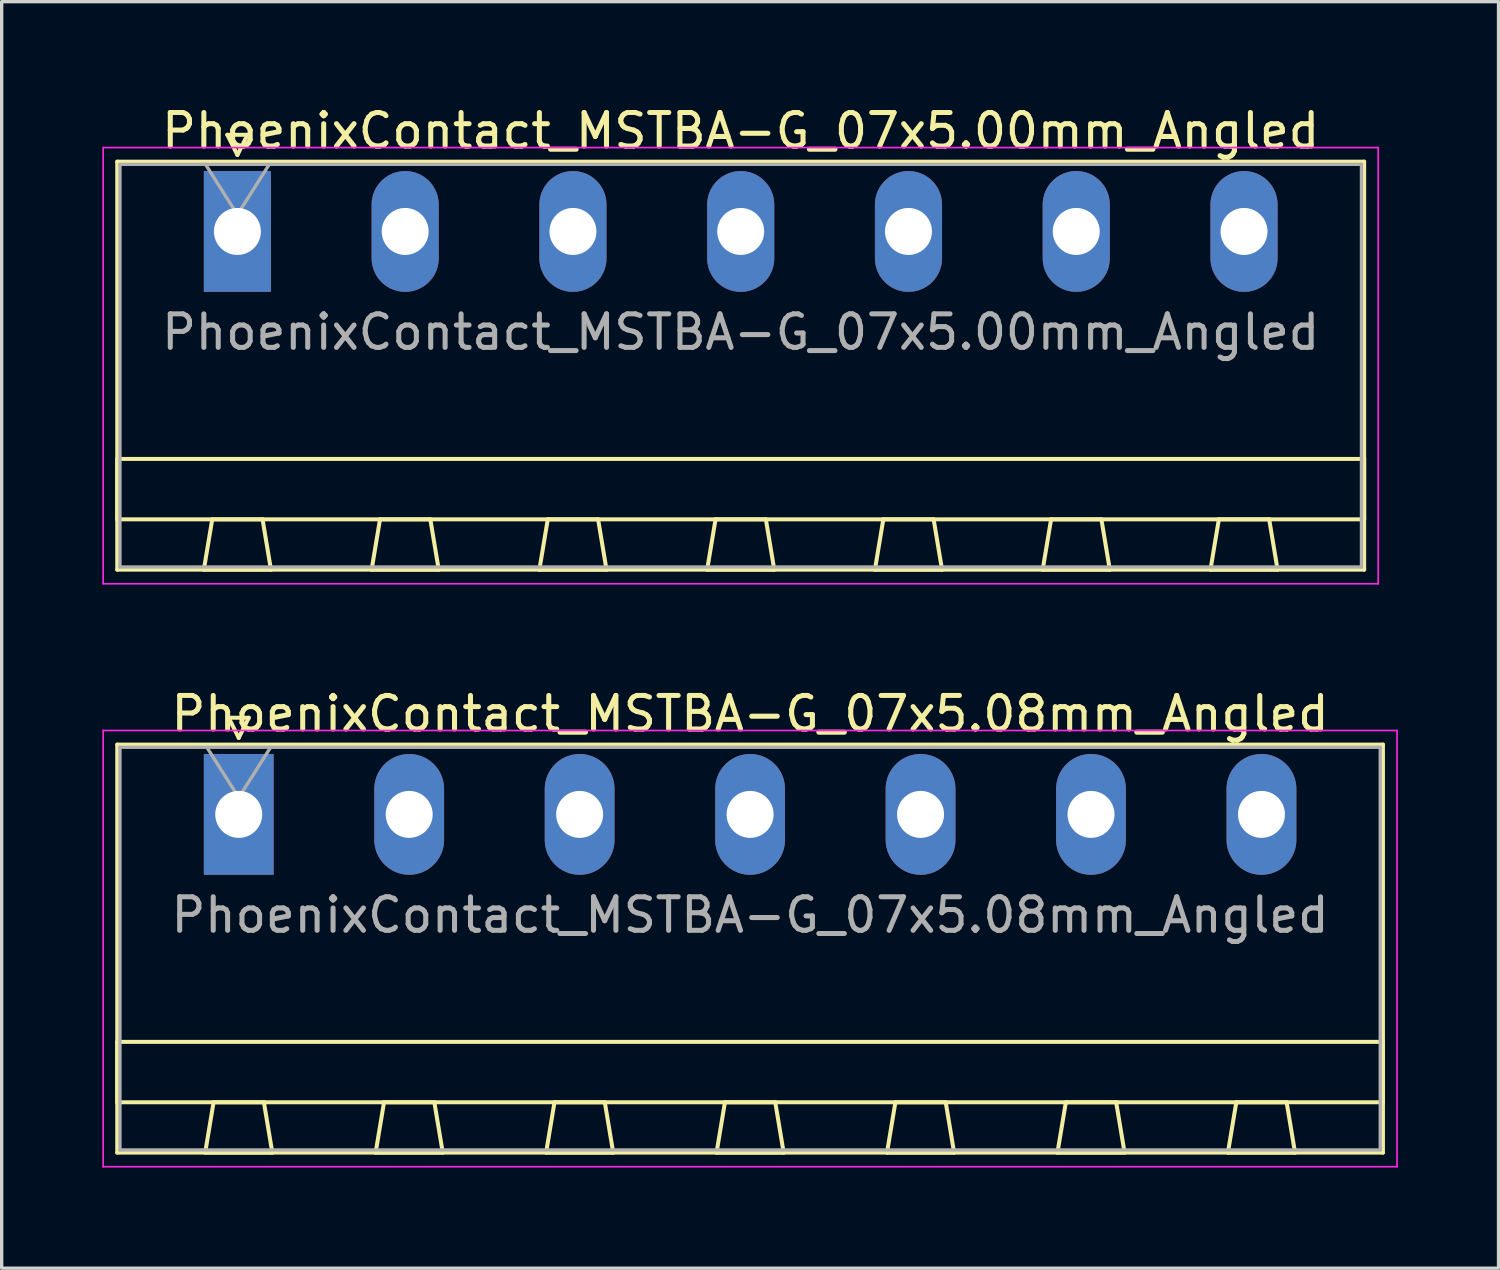
<source format=kicad_pcb>
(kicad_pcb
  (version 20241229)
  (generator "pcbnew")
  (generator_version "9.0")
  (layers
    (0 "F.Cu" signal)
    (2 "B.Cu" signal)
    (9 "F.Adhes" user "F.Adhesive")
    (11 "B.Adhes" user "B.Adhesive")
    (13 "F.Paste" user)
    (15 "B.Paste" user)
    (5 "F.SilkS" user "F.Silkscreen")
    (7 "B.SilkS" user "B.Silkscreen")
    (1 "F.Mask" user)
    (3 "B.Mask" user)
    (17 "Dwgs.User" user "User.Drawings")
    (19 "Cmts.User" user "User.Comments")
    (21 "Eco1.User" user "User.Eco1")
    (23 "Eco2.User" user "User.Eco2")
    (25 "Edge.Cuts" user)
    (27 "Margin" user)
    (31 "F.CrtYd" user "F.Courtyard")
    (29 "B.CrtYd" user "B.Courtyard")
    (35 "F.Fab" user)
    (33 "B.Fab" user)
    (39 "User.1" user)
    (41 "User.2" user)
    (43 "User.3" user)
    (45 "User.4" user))
  (footprint "PhoenixContact_MSTBA-G_07x5.08mm_Angled"
    (layer "F.Cu")
    (at 4.065 21.221)
    (property "Reference" "PhoenixContact_MSTBA-G_07x5.08mm_Angled" (at 15.24 -3 0) (layer "F.SilkS") (effects (font (size 1 1) (thickness 0.15))))
    (attr through_hole)
    (fp_line (start -3.62 -2.08) (end -3.62 10.08) (stroke (width 0.12) (type solid)) (layer "F.SilkS"))
    (fp_line (start -3.62 6.78) (end 34.1 6.78) (stroke (width 0.12) (type solid)) (layer "F.SilkS"))
    (fp_line (start -3.62 8.58) (end -3.62 6.78) (stroke (width 0.12) (type solid)) (layer "F.SilkS"))
    (fp_line (start -3.62 10.08) (end 34.1 10.08) (stroke (width 0.12) (type solid)) (layer "F.SilkS"))
    (fp_line (start -1 10.08) (end 1 10.08) (stroke (width 0.12) (type solid)) (layer "F.SilkS"))
    (fp_line (start -0.75 8.58) (end -1 10.08) (stroke (width 0.12) (type solid)) (layer "F.SilkS"))
    (fp_line (start -0.3 -2.88) (end 0.3 -2.88) (stroke (width 0.12) (type solid)) (layer "F.SilkS"))
    (fp_line (start 0 -2.28) (end -0.3 -2.88) (stroke (width 0.12) (type solid)) (layer "F.SilkS"))
    (fp_line (start 0.3 -2.88) (end 0 -2.28) (stroke (width 0.12) (type solid)) (layer "F.SilkS"))
    (fp_line (start 0.75 8.58) (end -0.75 8.58) (stroke (width 0.12) (type solid)) (layer "F.SilkS"))
    (fp_line (start 1 10.08) (end 0.75 8.58) (stroke (width 0.12) (type solid)) (layer "F.SilkS"))
    (fp_line (start 4.08 10.08) (end 6.08 10.08) (stroke (width 0.12) (type solid)) (layer "F.SilkS"))
    (fp_line (start 4.33 8.58) (end 4.08 10.08) (stroke (width 0.12) (type solid)) (layer "F.SilkS"))
    (fp_line (start 5.83 8.58) (end 4.33 8.58) (stroke (width 0.12) (type solid)) (layer "F.SilkS"))
    (fp_line (start 6.08 10.08) (end 5.83 8.58) (stroke (width 0.12) (type solid)) (layer "F.SilkS"))
    (fp_line (start 9.16 10.08) (end 11.16 10.08) (stroke (width 0.12) (type solid)) (layer "F.SilkS"))
    (fp_line (start 9.41 8.58) (end 9.16 10.08) (stroke (width 0.12) (type solid)) (layer "F.SilkS"))
    (fp_line (start 10.91 8.58) (end 9.41 8.58) (stroke (width 0.12) (type solid)) (layer "F.SilkS"))
    (fp_line (start 11.16 10.08) (end 10.91 8.58) (stroke (width 0.12) (type solid)) (layer "F.SilkS"))
    (fp_line (start 14.24 10.08) (end 16.24 10.08) (stroke (width 0.12) (type solid)) (layer "F.SilkS"))
    (fp_line (start 14.49 8.58) (end 14.24 10.08) (stroke (width 0.12) (type solid)) (layer "F.SilkS"))
    (fp_line (start 15.99 8.58) (end 14.49 8.58) (stroke (width 0.12) (type solid)) (layer "F.SilkS"))
    (fp_line (start 16.24 10.08) (end 15.99 8.58) (stroke (width 0.12) (type solid)) (layer "F.SilkS"))
    (fp_line (start 19.32 10.08) (end 21.32 10.08) (stroke (width 0.12) (type solid)) (layer "F.SilkS"))
    (fp_line (start 19.57 8.58) (end 19.32 10.08) (stroke (width 0.12) (type solid)) (layer "F.SilkS"))
    (fp_line (start 21.07 8.58) (end 19.57 8.58) (stroke (width 0.12) (type solid)) (layer "F.SilkS"))
    (fp_line (start 21.32 10.08) (end 21.07 8.58) (stroke (width 0.12) (type solid)) (layer "F.SilkS"))
    (fp_line (start 24.4 10.08) (end 26.4 10.08) (stroke (width 0.12) (type solid)) (layer "F.SilkS"))
    (fp_line (start 24.65 8.58) (end 24.4 10.08) (stroke (width 0.12) (type solid)) (layer "F.SilkS"))
    (fp_line (start 26.15 8.58) (end 24.65 8.58) (stroke (width 0.12) (type solid)) (layer "F.SilkS"))
    (fp_line (start 26.4 10.08) (end 26.15 8.58) (stroke (width 0.12) (type solid)) (layer "F.SilkS"))
    (fp_line (start 29.48 10.08) (end 31.48 10.08) (stroke (width 0.12) (type solid)) (layer "F.SilkS"))
    (fp_line (start 29.73 8.58) (end 29.48 10.08) (stroke (width 0.12) (type solid)) (layer "F.SilkS"))
    (fp_line (start 31.23 8.58) (end 29.73 8.58) (stroke (width 0.12) (type solid)) (layer "F.SilkS"))
    (fp_line (start 31.48 10.08) (end 31.23 8.58) (stroke (width 0.12) (type solid)) (layer "F.SilkS"))
    (fp_line (start 34.1 -2.08) (end -3.62 -2.08) (stroke (width 0.12) (type solid)) (layer "F.SilkS"))
    (fp_line (start 34.1 6.78) (end 34.1 8.58) (stroke (width 0.12) (type solid)) (layer "F.SilkS"))
    (fp_line (start 34.1 8.58) (end -3.62 8.58) (stroke (width 0.12) (type solid)) (layer "F.SilkS"))
    (fp_line (start 34.1 10.08) (end 34.1 -2.08) (stroke (width 0.12) (type solid)) (layer "F.SilkS"))
    (fp_line (start -4.04 -2.5) (end -4.04 10.5) (stroke (width 0.05) (type solid)) (layer "F.CrtYd"))
    (fp_line (start -4.04 10.5) (end 34.52 10.5) (stroke (width 0.05) (type solid)) (layer "F.CrtYd"))
    (fp_line (start 34.52 -2.5) (end -4.04 -2.5) (stroke (width 0.05) (type solid)) (layer "F.CrtYd"))
    (fp_line (start 34.52 10.5) (end 34.52 -2.5) (stroke (width 0.05) (type solid)) (layer "F.CrtYd"))
    (fp_line (start -3.54 -2) (end -3.54 10) (stroke (width 0.1) (type solid)) (layer "F.Fab"))
    (fp_line (start -3.54 10) (end 34.02 10) (stroke (width 0.1) (type solid)) (layer "F.Fab"))
    (fp_line (start 0 -0.5) (end -0.95 -2) (stroke (width 0.1) (type solid)) (layer "F.Fab"))
    (fp_line (start 0.95 -2) (end 0 -0.5) (stroke (width 0.1) (type solid)) (layer "F.Fab"))
    (fp_line (start 34.02 -2) (end -3.54 -2) (stroke (width 0.1) (type solid)) (layer "F.Fab"))
    (fp_line (start 34.02 10) (end 34.02 -2) (stroke (width 0.1) (type solid)) (layer "F.Fab"))
    (fp_text user "${REFERENCE}" (at 15.24 3 0) (layer "F.Fab") (effects (font (size 1 1) (thickness 0.15))))
    (pad "1" thru_hole rect (at 0 0) (size 2.08 3.6) (drill 1.4) (layers "*.Cu" "*.Mask"))
    (pad "2" thru_hole oval (at 5.08 0) (size 2.08 3.6) (drill 1.4) (layers "*.Cu" "*.Mask"))
    (pad "3" thru_hole oval (at 10.16 0) (size 2.08 3.6) (drill 1.4) (layers "*.Cu" "*.Mask"))
    (pad "4" thru_hole oval (at 15.24 0) (size 2.08 3.6) (drill 1.4) (layers "*.Cu" "*.Mask"))
    (pad "5" thru_hole oval (at 20.32 0) (size 2.08 3.6) (drill 1.4) (layers "*.Cu" "*.Mask"))
    (pad "6" thru_hole oval (at 25.4 0) (size 2.08 3.6) (drill 1.4) (layers "*.Cu" "*.Mask"))
    (pad "7" thru_hole oval (at 30.48 0) (size 2.08 3.6) (drill 1.4) (layers "*.Cu" "*.Mask")))
  (footprint "PhoenixContact_MSTBA-G_07x5.00mm_Angled"
    (layer "F.Cu")
    (at 4.025 3.848)
    (property "Reference" "PhoenixContact_MSTBA-G_07x5.00mm_Angled" (at 15 -3 0) (layer "F.SilkS") (effects (font (size 1 1) (thickness 0.15))))
    (attr through_hole)
    (fp_line (start -3.58 -2.08) (end -3.58 10.08) (stroke (width 0.12) (type solid)) (layer "F.SilkS"))
    (fp_line (start -3.58 6.78) (end 33.58 6.78) (stroke (width 0.12) (type solid)) (layer "F.SilkS"))
    (fp_line (start -3.58 8.58) (end -3.58 6.78) (stroke (width 0.12) (type solid)) (layer "F.SilkS"))
    (fp_line (start -3.58 10.08) (end 33.58 10.08) (stroke (width 0.12) (type solid)) (layer "F.SilkS"))
    (fp_line (start -1 10.08) (end 1 10.08) (stroke (width 0.12) (type solid)) (layer "F.SilkS"))
    (fp_line (start -0.75 8.58) (end -1 10.08) (stroke (width 0.12) (type solid)) (layer "F.SilkS"))
    (fp_line (start -0.3 -2.88) (end 0.3 -2.88) (stroke (width 0.12) (type solid)) (layer "F.SilkS"))
    (fp_line (start 0 -2.28) (end -0.3 -2.88) (stroke (width 0.12) (type solid)) (layer "F.SilkS"))
    (fp_line (start 0.3 -2.88) (end 0 -2.28) (stroke (width 0.12) (type solid)) (layer "F.SilkS"))
    (fp_line (start 0.75 8.58) (end -0.75 8.58) (stroke (width 0.12) (type solid)) (layer "F.SilkS"))
    (fp_line (start 1 10.08) (end 0.75 8.58) (stroke (width 0.12) (type solid)) (layer "F.SilkS"))
    (fp_line (start 4 10.08) (end 6 10.08) (stroke (width 0.12) (type solid)) (layer "F.SilkS"))
    (fp_line (start 4.25 8.58) (end 4 10.08) (stroke (width 0.12) (type solid)) (layer "F.SilkS"))
    (fp_line (start 5.75 8.58) (end 4.25 8.58) (stroke (width 0.12) (type solid)) (layer "F.SilkS"))
    (fp_line (start 6 10.08) (end 5.75 8.58) (stroke (width 0.12) (type solid)) (layer "F.SilkS"))
    (fp_line (start 9 10.08) (end 11 10.08) (stroke (width 0.12) (type solid)) (layer "F.SilkS"))
    (fp_line (start 9.25 8.58) (end 9 10.08) (stroke (width 0.12) (type solid)) (layer "F.SilkS"))
    (fp_line (start 10.75 8.58) (end 9.25 8.58) (stroke (width 0.12) (type solid)) (layer "F.SilkS"))
    (fp_line (start 11 10.08) (end 10.75 8.58) (stroke (width 0.12) (type solid)) (layer "F.SilkS"))
    (fp_line (start 14 10.08) (end 16 10.08) (stroke (width 0.12) (type solid)) (layer "F.SilkS"))
    (fp_line (start 14.25 8.58) (end 14 10.08) (stroke (width 0.12) (type solid)) (layer "F.SilkS"))
    (fp_line (start 15.75 8.58) (end 14.25 8.58) (stroke (width 0.12) (type solid)) (layer "F.SilkS"))
    (fp_line (start 16 10.08) (end 15.75 8.58) (stroke (width 0.12) (type solid)) (layer "F.SilkS"))
    (fp_line (start 19 10.08) (end 21 10.08) (stroke (width 0.12) (type solid)) (layer "F.SilkS"))
    (fp_line (start 19.25 8.58) (end 19 10.08) (stroke (width 0.12) (type solid)) (layer "F.SilkS"))
    (fp_line (start 20.75 8.58) (end 19.25 8.58) (stroke (width 0.12) (type solid)) (layer "F.SilkS"))
    (fp_line (start 21 10.08) (end 20.75 8.58) (stroke (width 0.12) (type solid)) (layer "F.SilkS"))
    (fp_line (start 24 10.08) (end 26 10.08) (stroke (width 0.12) (type solid)) (layer "F.SilkS"))
    (fp_line (start 24.25 8.58) (end 24 10.08) (stroke (width 0.12) (type solid)) (layer "F.SilkS"))
    (fp_line (start 25.75 8.58) (end 24.25 8.58) (stroke (width 0.12) (type solid)) (layer "F.SilkS"))
    (fp_line (start 26 10.08) (end 25.75 8.58) (stroke (width 0.12) (type solid)) (layer "F.SilkS"))
    (fp_line (start 29 10.08) (end 31 10.08) (stroke (width 0.12) (type solid)) (layer "F.SilkS"))
    (fp_line (start 29.25 8.58) (end 29 10.08) (stroke (width 0.12) (type solid)) (layer "F.SilkS"))
    (fp_line (start 30.75 8.58) (end 29.25 8.58) (stroke (width 0.12) (type solid)) (layer "F.SilkS"))
    (fp_line (start 31 10.08) (end 30.75 8.58) (stroke (width 0.12) (type solid)) (layer "F.SilkS"))
    (fp_line (start 33.58 -2.08) (end -3.58 -2.08) (stroke (width 0.12) (type solid)) (layer "F.SilkS"))
    (fp_line (start 33.58 6.78) (end 33.58 8.58) (stroke (width 0.12) (type solid)) (layer "F.SilkS"))
    (fp_line (start 33.58 8.58) (end -3.58 8.58) (stroke (width 0.12) (type solid)) (layer "F.SilkS"))
    (fp_line (start 33.58 10.08) (end 33.58 -2.08) (stroke (width 0.12) (type solid)) (layer "F.SilkS"))
    (fp_line (start -4 -2.5) (end -4 10.5) (stroke (width 0.05) (type solid)) (layer "F.CrtYd"))
    (fp_line (start -4 10.5) (end 34 10.5) (stroke (width 0.05) (type solid)) (layer "F.CrtYd"))
    (fp_line (start 34 -2.5) (end -4 -2.5) (stroke (width 0.05) (type solid)) (layer "F.CrtYd"))
    (fp_line (start 34 10.5) (end 34 -2.5) (stroke (width 0.05) (type solid)) (layer "F.CrtYd"))
    (fp_line (start -3.5 -2) (end -3.5 10) (stroke (width 0.1) (type solid)) (layer "F.Fab"))
    (fp_line (start -3.5 10) (end 33.5 10) (stroke (width 0.1) (type solid)) (layer "F.Fab"))
    (fp_line (start 0 -0.5) (end -0.95 -2) (stroke (width 0.1) (type solid)) (layer "F.Fab"))
    (fp_line (start 0.95 -2) (end 0 -0.5) (stroke (width 0.1) (type solid)) (layer "F.Fab"))
    (fp_line (start 33.5 -2) (end -3.5 -2) (stroke (width 0.1) (type solid)) (layer "F.Fab"))
    (fp_line (start 33.5 10) (end 33.5 -2) (stroke (width 0.1) (type solid)) (layer "F.Fab"))
    (fp_text user "${REFERENCE}" (at 15 3 0) (layer "F.Fab") (effects (font (size 1 1) (thickness 0.15))))
    (pad "1" thru_hole rect (at 0 0) (size 2 3.6) (drill 1.4) (layers "*.Cu" "*.Mask"))
    (pad "2" thru_hole oval (at 5 0) (size 2 3.6) (drill 1.4) (layers "*.Cu" "*.Mask"))
    (pad "3" thru_hole oval (at 10 0) (size 2 3.6) (drill 1.4) (layers "*.Cu" "*.Mask"))
    (pad "4" thru_hole oval (at 15 0) (size 2 3.6) (drill 1.4) (layers "*.Cu" "*.Mask"))
    (pad "5" thru_hole oval (at 20 0) (size 2 3.6) (drill 1.4) (layers "*.Cu" "*.Mask"))
    (pad "6" thru_hole oval (at 25 0) (size 2 3.6) (drill 1.4) (layers "*.Cu" "*.Mask"))
    (pad "7" thru_hole oval (at 30 0) (size 2 3.6) (drill 1.4) (layers "*.Cu" "*.Mask")))
  (gr_rect
    (start -3 -3)
    (end 41.61 34.746)
    (stroke (width 0.1) (type default))
    (fill no)
    (layer "Edge.Cuts")))
</source>
